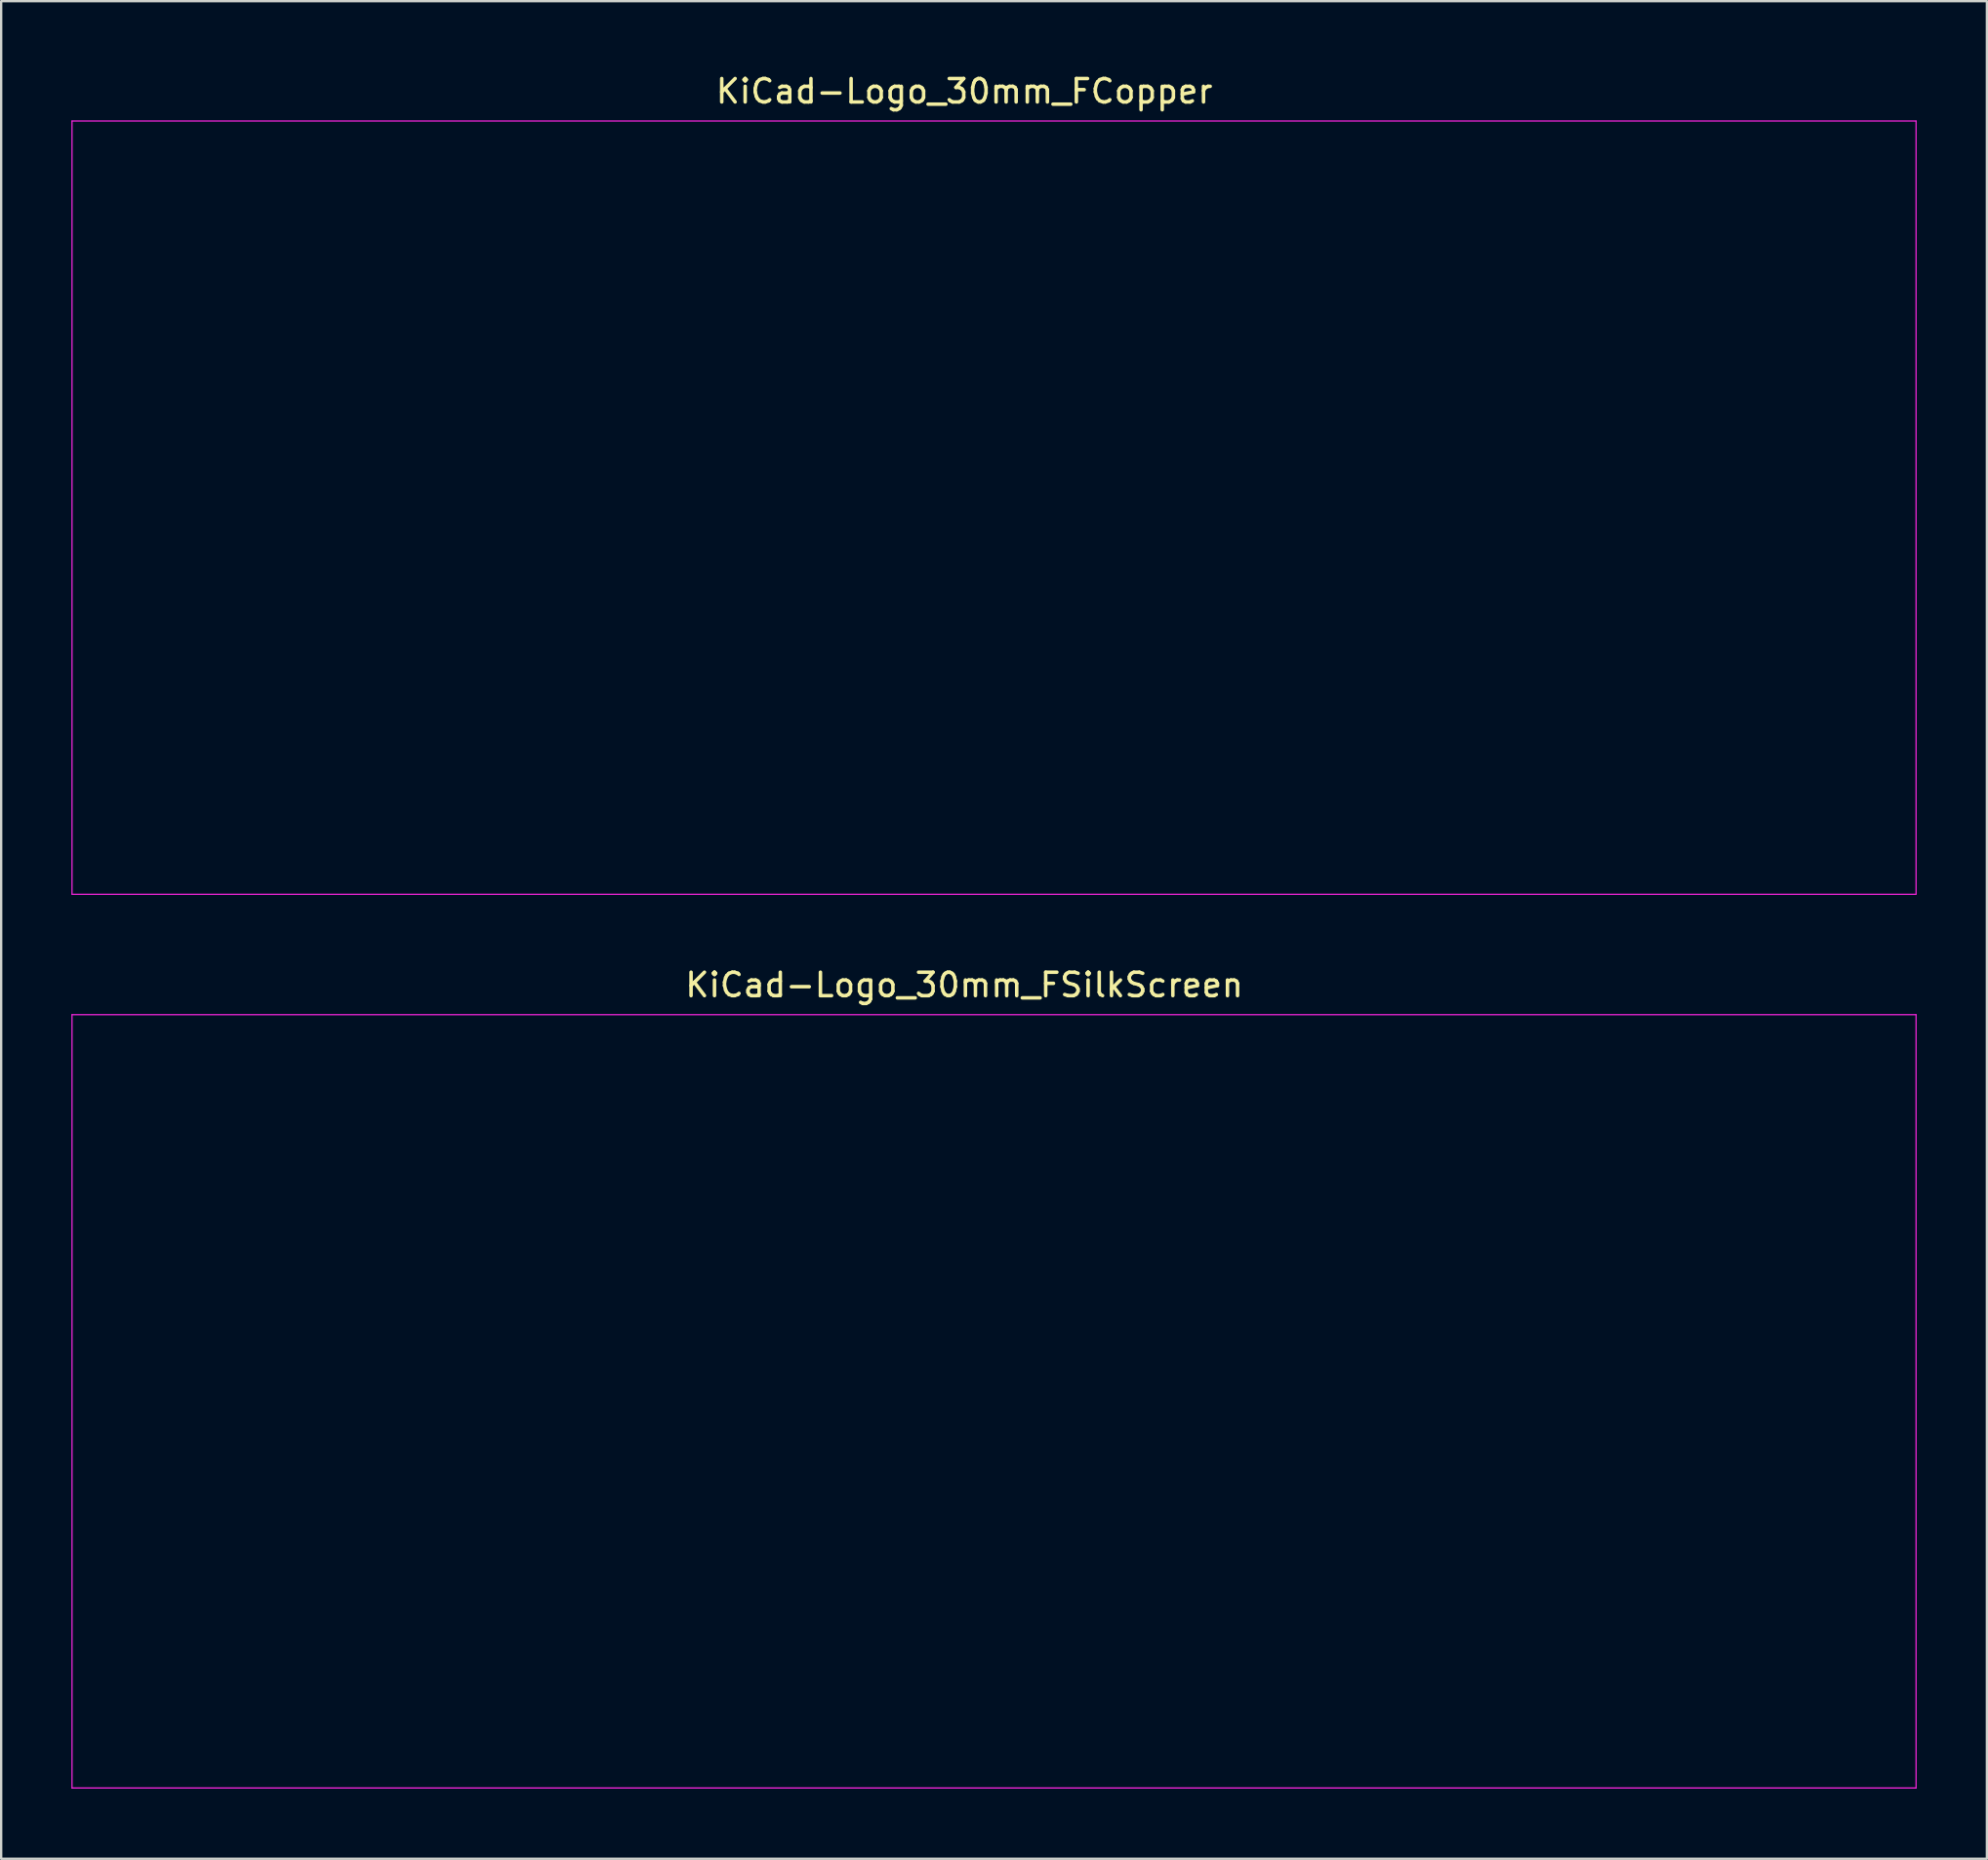
<source format=kicad_pcb>
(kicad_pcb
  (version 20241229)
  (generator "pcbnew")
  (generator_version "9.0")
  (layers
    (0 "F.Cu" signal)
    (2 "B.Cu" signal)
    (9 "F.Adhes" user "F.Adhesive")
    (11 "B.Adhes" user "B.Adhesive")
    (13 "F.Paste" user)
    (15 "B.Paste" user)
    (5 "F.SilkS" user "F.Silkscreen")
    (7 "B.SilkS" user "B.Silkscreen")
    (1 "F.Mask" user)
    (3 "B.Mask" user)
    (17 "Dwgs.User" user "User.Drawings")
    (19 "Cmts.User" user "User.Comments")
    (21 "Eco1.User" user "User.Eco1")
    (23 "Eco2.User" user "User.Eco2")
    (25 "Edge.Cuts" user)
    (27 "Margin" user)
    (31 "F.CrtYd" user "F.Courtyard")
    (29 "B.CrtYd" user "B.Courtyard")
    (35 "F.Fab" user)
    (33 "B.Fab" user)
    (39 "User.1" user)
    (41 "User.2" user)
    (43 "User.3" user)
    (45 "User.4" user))
  (footprint "KiCad-Logo_30mm_FCopper"
    (layer "F.Cu")
    (at 39.395 18.628)
    (property "Reference" "KiCad-Logo_30mm_FCopper" (at -1.27 -17.78 0) (layer "F.SilkS") (effects (font (size 1 1) (thickness 0.15))))
    (attr exclude_from_pos_files exclude_from_bom)
    (fp_line (start -39.37 -16.51) (end 39.37 -16.51) (stroke (width 0.05) (type solid)) (layer "F.CrtYd"))
    (fp_line (start -39.37 16.51) (end -39.37 -16.51) (stroke (width 0.05) (type solid)) (layer "F.CrtYd"))
    (fp_line (start 39.37 -16.51) (end 39.37 16.51) (stroke (width 0.05) (type solid)) (layer "F.CrtYd"))
    (fp_line (start 39.37 16.51) (end -39.37 16.51) (stroke (width 0.05) (type solid)) (layer "F.CrtYd")))
  (footprint "KiCad-Logo_30mm_FSilkScreen"
    (layer "F.Cu")
    (at 39.395 56.791)
    (property "Reference" "KiCad-Logo_30mm_FSilkScreen" (at -1.27 -17.78 0) (layer "F.SilkS") (effects (font (size 1 1) (thickness 0.15))))
    (attr exclude_from_pos_files exclude_from_bom)
    (fp_line (start -39.37 -16.51) (end 39.37 -16.51) (stroke (width 0.05) (type solid)) (layer "F.CrtYd"))
    (fp_line (start -39.37 16.51) (end -39.37 -16.51) (stroke (width 0.05) (type solid)) (layer "F.CrtYd"))
    (fp_line (start 39.37 -16.51) (end 39.37 16.51) (stroke (width 0.05) (type solid)) (layer "F.CrtYd"))
    (fp_line (start 39.37 16.51) (end -39.37 16.51) (stroke (width 0.05) (type solid)) (layer "F.CrtYd")))
  (gr_rect
    (start -3 -3)
    (end 81.79 76.326)
    (stroke (width 0.1) (type default))
    (fill no)
    (layer "Edge.Cuts")))
</source>
